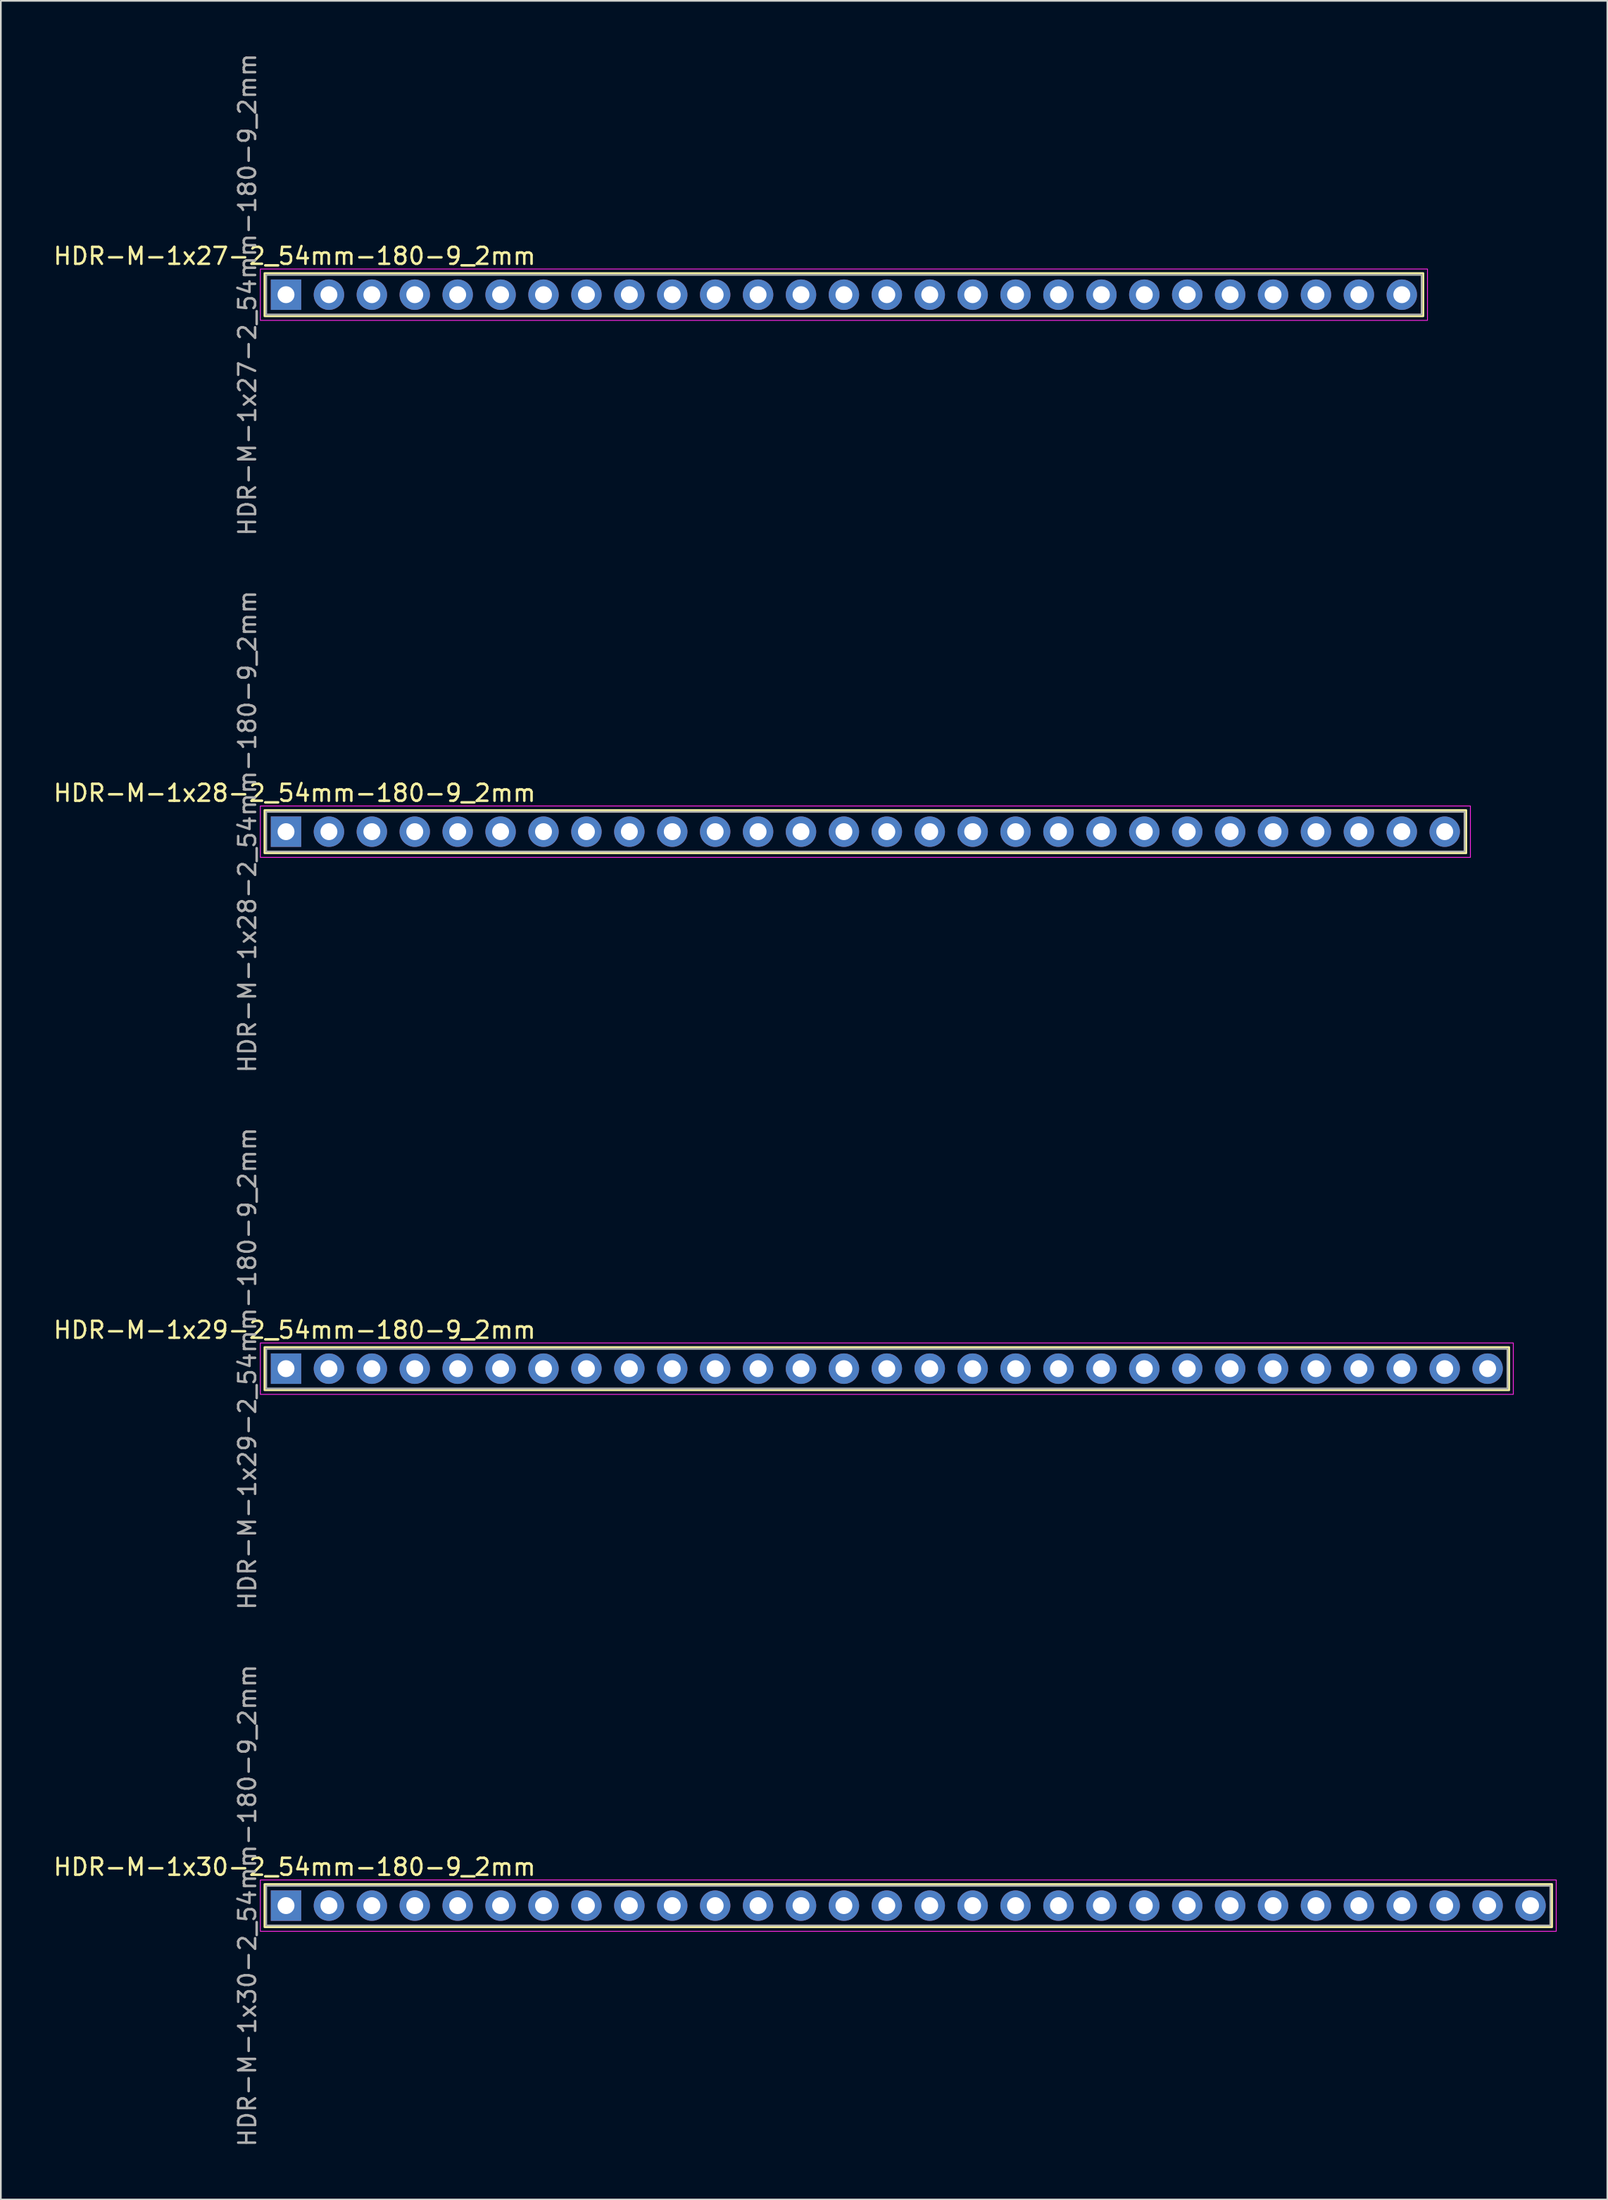
<source format=kicad_pcb>
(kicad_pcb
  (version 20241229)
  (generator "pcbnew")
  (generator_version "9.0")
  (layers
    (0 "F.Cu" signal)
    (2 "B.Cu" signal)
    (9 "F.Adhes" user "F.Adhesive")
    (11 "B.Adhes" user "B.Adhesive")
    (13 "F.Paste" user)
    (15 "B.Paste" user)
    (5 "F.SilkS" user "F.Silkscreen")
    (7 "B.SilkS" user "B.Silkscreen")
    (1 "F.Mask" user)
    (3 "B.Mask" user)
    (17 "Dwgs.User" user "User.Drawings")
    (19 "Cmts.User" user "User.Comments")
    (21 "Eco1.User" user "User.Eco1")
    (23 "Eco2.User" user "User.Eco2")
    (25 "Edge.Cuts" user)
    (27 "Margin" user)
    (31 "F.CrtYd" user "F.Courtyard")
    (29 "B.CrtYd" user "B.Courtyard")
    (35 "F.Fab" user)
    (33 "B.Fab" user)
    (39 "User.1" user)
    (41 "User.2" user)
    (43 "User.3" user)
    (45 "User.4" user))
  (footprint "HDR-M-1x30-2_54mm-180-9_2mm"
    (layer "F.Cu")
    (at 13.879 109.708)
    (property "Reference" "HDR-M-1x30-2_54mm-180-9_2mm" (at 0.508 -2.286 0) (unlocked yes) (layer "F.SilkS") (effects (font (size 1 1) (thickness 0.15))))
    (attr through_hole)
    (fp_rect (start -1.27 -1.27) (end 74.93 1.27) (stroke (width 0.12) (type solid)) (fill no) (layer "F.SilkS"))
    (fp_rect (start -1.52 -1.52) (end 75.18 1.52) (stroke (width 0.05) (type solid)) (fill no) (layer "F.CrtYd"))
    (fp_rect (start -1.17 -1.17) (end 74.83 1.17) (stroke (width 0.1) (type solid)) (fill no) (layer "F.Fab"))
    (fp_text user "${REFERENCE}" (at -2.286 0 90) (unlocked yes) (layer "F.Fab") (effects (font (size 1 1) (thickness 0.15))))
    (pad "1" thru_hole rect (at 0 0) (size 1.8 1.8) (drill 1) (layers "*.Cu" "*.Mask"))
    (pad "2" thru_hole circle (at 2.54 0) (size 1.8 1.8) (drill 1) (layers "*.Cu" "*.Mask"))
    (pad "3" thru_hole circle (at 5.08 0) (size 1.8 1.8) (drill 1) (layers "*.Cu" "*.Mask"))
    (pad "4" thru_hole circle (at 7.62 0) (size 1.8 1.8) (drill 1) (layers "*.Cu" "*.Mask"))
    (pad "5" thru_hole circle (at 10.16 0) (size 1.8 1.8) (drill 1) (layers "*.Cu" "*.Mask"))
    (pad "6" thru_hole circle (at 12.7 0) (size 1.8 1.8) (drill 1) (layers "*.Cu" "*.Mask"))
    (pad "7" thru_hole circle (at 15.24 0) (size 1.8 1.8) (drill 1) (layers "*.Cu" "*.Mask"))
    (pad "8" thru_hole circle (at 17.78 0) (size 1.8 1.8) (drill 1) (layers "*.Cu" "*.Mask"))
    (pad "9" thru_hole circle (at 20.32 0) (size 1.8 1.8) (drill 1) (layers "*.Cu" "*.Mask"))
    (pad "10" thru_hole circle (at 22.86 0) (size 1.8 1.8) (drill 1) (layers "*.Cu" "*.Mask"))
    (pad "11" thru_hole circle (at 25.4 0) (size 1.8 1.8) (drill 1) (layers "*.Cu" "*.Mask"))
    (pad "12" thru_hole circle (at 27.94 0) (size 1.8 1.8) (drill 1) (layers "*.Cu" "*.Mask"))
    (pad "13" thru_hole circle (at 30.48 0) (size 1.8 1.8) (drill 1) (layers "*.Cu" "*.Mask"))
    (pad "14" thru_hole circle (at 33.02 0) (size 1.8 1.8) (drill 1) (layers "*.Cu" "*.Mask"))
    (pad "15" thru_hole circle (at 35.56 0) (size 1.8 1.8) (drill 1) (layers "*.Cu" "*.Mask"))
    (pad "16" thru_hole circle (at 38.1 0) (size 1.8 1.8) (drill 1) (layers "*.Cu" "*.Mask"))
    (pad "17" thru_hole circle (at 40.64 0) (size 1.8 1.8) (drill 1) (layers "*.Cu" "*.Mask"))
    (pad "18" thru_hole circle (at 43.18 0) (size 1.8 1.8) (drill 1) (layers "*.Cu" "*.Mask"))
    (pad "19" thru_hole circle (at 45.72 0) (size 1.8 1.8) (drill 1) (layers "*.Cu" "*.Mask"))
    (pad "20" thru_hole circle (at 48.26 0) (size 1.8 1.8) (drill 1) (layers "*.Cu" "*.Mask"))
    (pad "21" thru_hole circle (at 50.8 0) (size 1.8 1.8) (drill 1) (layers "*.Cu" "*.Mask"))
    (pad "22" thru_hole circle (at 53.34 0) (size 1.8 1.8) (drill 1) (layers "*.Cu" "*.Mask"))
    (pad "23" thru_hole circle (at 55.88 0) (size 1.8 1.8) (drill 1) (layers "*.Cu" "*.Mask"))
    (pad "24" thru_hole circle (at 58.42 0) (size 1.8 1.8) (drill 1) (layers "*.Cu" "*.Mask"))
    (pad "25" thru_hole circle (at 60.96 0) (size 1.8 1.8) (drill 1) (layers "*.Cu" "*.Mask"))
    (pad "26" thru_hole circle (at 63.5 0) (size 1.8 1.8) (drill 1) (layers "*.Cu" "*.Mask"))
    (pad "27" thru_hole circle (at 66.04 0) (size 1.8 1.8) (drill 1) (layers "*.Cu" "*.Mask"))
    (pad "28" thru_hole circle (at 68.58 0) (size 1.8 1.8) (drill 1) (layers "*.Cu" "*.Mask"))
    (pad "29" thru_hole circle (at 71.12 0) (size 1.8 1.8) (drill 1) (layers "*.Cu" "*.Mask"))
    (pad "30" thru_hole circle (at 73.66 0) (size 1.8 1.8) (drill 1) (layers "*.Cu" "*.Mask")))
  (footprint "HDR-M-1x27-2_54mm-180-9_2mm"
    (layer "F.Cu")
    (at 13.879 14.387)
    (property "Reference" "HDR-M-1x27-2_54mm-180-9_2mm" (at 0.508 -2.286 0) (unlocked yes) (layer "F.SilkS") (effects (font (size 1 1) (thickness 0.15))))
    (attr through_hole)
    (fp_rect (start -1.27 -1.27) (end 67.31 1.27) (stroke (width 0.12) (type solid)) (fill no) (layer "F.SilkS"))
    (fp_rect (start -1.52 -1.52) (end 67.56 1.52) (stroke (width 0.05) (type solid)) (fill no) (layer "F.CrtYd"))
    (fp_rect (start -1.17 -1.17) (end 67.21 1.17) (stroke (width 0.1) (type solid)) (fill no) (layer "F.Fab"))
    (fp_text user "${REFERENCE}" (at -2.286 0 90) (unlocked yes) (layer "F.Fab") (effects (font (size 1 1) (thickness 0.15))))
    (pad "1" thru_hole rect (at 0 0) (size 1.8 1.8) (drill 1) (layers "*.Cu" "*.Mask"))
    (pad "2" thru_hole circle (at 2.54 0) (size 1.8 1.8) (drill 1) (layers "*.Cu" "*.Mask"))
    (pad "3" thru_hole circle (at 5.08 0) (size 1.8 1.8) (drill 1) (layers "*.Cu" "*.Mask"))
    (pad "4" thru_hole circle (at 7.62 0) (size 1.8 1.8) (drill 1) (layers "*.Cu" "*.Mask"))
    (pad "5" thru_hole circle (at 10.16 0) (size 1.8 1.8) (drill 1) (layers "*.Cu" "*.Mask"))
    (pad "6" thru_hole circle (at 12.7 0) (size 1.8 1.8) (drill 1) (layers "*.Cu" "*.Mask"))
    (pad "7" thru_hole circle (at 15.24 0) (size 1.8 1.8) (drill 1) (layers "*.Cu" "*.Mask"))
    (pad "8" thru_hole circle (at 17.78 0) (size 1.8 1.8) (drill 1) (layers "*.Cu" "*.Mask"))
    (pad "9" thru_hole circle (at 20.32 0) (size 1.8 1.8) (drill 1) (layers "*.Cu" "*.Mask"))
    (pad "10" thru_hole circle (at 22.86 0) (size 1.8 1.8) (drill 1) (layers "*.Cu" "*.Mask"))
    (pad "11" thru_hole circle (at 25.4 0) (size 1.8 1.8) (drill 1) (layers "*.Cu" "*.Mask"))
    (pad "12" thru_hole circle (at 27.94 0) (size 1.8 1.8) (drill 1) (layers "*.Cu" "*.Mask"))
    (pad "13" thru_hole circle (at 30.48 0) (size 1.8 1.8) (drill 1) (layers "*.Cu" "*.Mask"))
    (pad "14" thru_hole circle (at 33.02 0) (size 1.8 1.8) (drill 1) (layers "*.Cu" "*.Mask"))
    (pad "15" thru_hole circle (at 35.56 0) (size 1.8 1.8) (drill 1) (layers "*.Cu" "*.Mask"))
    (pad "16" thru_hole circle (at 38.1 0) (size 1.8 1.8) (drill 1) (layers "*.Cu" "*.Mask"))
    (pad "17" thru_hole circle (at 40.64 0) (size 1.8 1.8) (drill 1) (layers "*.Cu" "*.Mask"))
    (pad "18" thru_hole circle (at 43.18 0) (size 1.8 1.8) (drill 1) (layers "*.Cu" "*.Mask"))
    (pad "19" thru_hole circle (at 45.72 0) (size 1.8 1.8) (drill 1) (layers "*.Cu" "*.Mask"))
    (pad "20" thru_hole circle (at 48.26 0) (size 1.8 1.8) (drill 1) (layers "*.Cu" "*.Mask"))
    (pad "21" thru_hole circle (at 50.8 0) (size 1.8 1.8) (drill 1) (layers "*.Cu" "*.Mask"))
    (pad "22" thru_hole circle (at 53.34 0) (size 1.8 1.8) (drill 1) (layers "*.Cu" "*.Mask"))
    (pad "23" thru_hole circle (at 55.88 0) (size 1.8 1.8) (drill 1) (layers "*.Cu" "*.Mask"))
    (pad "24" thru_hole circle (at 58.42 0) (size 1.8 1.8) (drill 1) (layers "*.Cu" "*.Mask"))
    (pad "25" thru_hole circle (at 60.96 0) (size 1.8 1.8) (drill 1) (layers "*.Cu" "*.Mask"))
    (pad "26" thru_hole circle (at 63.5 0) (size 1.8 1.8) (drill 1) (layers "*.Cu" "*.Mask"))
    (pad "27" thru_hole circle (at 66.04 0) (size 1.8 1.8) (drill 1) (layers "*.Cu" "*.Mask")))
  (footprint "HDR-M-1x29-2_54mm-180-9_2mm"
    (layer "F.Cu")
    (at 13.879 77.935)
    (property "Reference" "HDR-M-1x29-2_54mm-180-9_2mm" (at 0.508 -2.286 0) (unlocked yes) (layer "F.SilkS") (effects (font (size 1 1) (thickness 0.15))))
    (attr through_hole)
    (fp_rect (start -1.27 -1.27) (end 72.39 1.27) (stroke (width 0.12) (type solid)) (fill no) (layer "F.SilkS"))
    (fp_rect (start -1.52 -1.52) (end 72.64 1.52) (stroke (width 0.05) (type solid)) (fill no) (layer "F.CrtYd"))
    (fp_rect (start -1.17 -1.17) (end 72.29 1.17) (stroke (width 0.1) (type solid)) (fill no) (layer "F.Fab"))
    (fp_text user "${REFERENCE}" (at -2.286 0 90) (unlocked yes) (layer "F.Fab") (effects (font (size 1 1) (thickness 0.15))))
    (pad "1" thru_hole rect (at 0 0) (size 1.8 1.8) (drill 1) (layers "*.Cu" "*.Mask"))
    (pad "2" thru_hole circle (at 2.54 0) (size 1.8 1.8) (drill 1) (layers "*.Cu" "*.Mask"))
    (pad "3" thru_hole circle (at 5.08 0) (size 1.8 1.8) (drill 1) (layers "*.Cu" "*.Mask"))
    (pad "4" thru_hole circle (at 7.62 0) (size 1.8 1.8) (drill 1) (layers "*.Cu" "*.Mask"))
    (pad "5" thru_hole circle (at 10.16 0) (size 1.8 1.8) (drill 1) (layers "*.Cu" "*.Mask"))
    (pad "6" thru_hole circle (at 12.7 0) (size 1.8 1.8) (drill 1) (layers "*.Cu" "*.Mask"))
    (pad "7" thru_hole circle (at 15.24 0) (size 1.8 1.8) (drill 1) (layers "*.Cu" "*.Mask"))
    (pad "8" thru_hole circle (at 17.78 0) (size 1.8 1.8) (drill 1) (layers "*.Cu" "*.Mask"))
    (pad "9" thru_hole circle (at 20.32 0) (size 1.8 1.8) (drill 1) (layers "*.Cu" "*.Mask"))
    (pad "10" thru_hole circle (at 22.86 0) (size 1.8 1.8) (drill 1) (layers "*.Cu" "*.Mask"))
    (pad "11" thru_hole circle (at 25.4 0) (size 1.8 1.8) (drill 1) (layers "*.Cu" "*.Mask"))
    (pad "12" thru_hole circle (at 27.94 0) (size 1.8 1.8) (drill 1) (layers "*.Cu" "*.Mask"))
    (pad "13" thru_hole circle (at 30.48 0) (size 1.8 1.8) (drill 1) (layers "*.Cu" "*.Mask"))
    (pad "14" thru_hole circle (at 33.02 0) (size 1.8 1.8) (drill 1) (layers "*.Cu" "*.Mask"))
    (pad "15" thru_hole circle (at 35.56 0) (size 1.8 1.8) (drill 1) (layers "*.Cu" "*.Mask"))
    (pad "16" thru_hole circle (at 38.1 0) (size 1.8 1.8) (drill 1) (layers "*.Cu" "*.Mask"))
    (pad "17" thru_hole circle (at 40.64 0) (size 1.8 1.8) (drill 1) (layers "*.Cu" "*.Mask"))
    (pad "18" thru_hole circle (at 43.18 0) (size 1.8 1.8) (drill 1) (layers "*.Cu" "*.Mask"))
    (pad "19" thru_hole circle (at 45.72 0) (size 1.8 1.8) (drill 1) (layers "*.Cu" "*.Mask"))
    (pad "20" thru_hole circle (at 48.26 0) (size 1.8 1.8) (drill 1) (layers "*.Cu" "*.Mask"))
    (pad "21" thru_hole circle (at 50.8 0) (size 1.8 1.8) (drill 1) (layers "*.Cu" "*.Mask"))
    (pad "22" thru_hole circle (at 53.34 0) (size 1.8 1.8) (drill 1) (layers "*.Cu" "*.Mask"))
    (pad "23" thru_hole circle (at 55.88 0) (size 1.8 1.8) (drill 1) (layers "*.Cu" "*.Mask"))
    (pad "24" thru_hole circle (at 58.42 0) (size 1.8 1.8) (drill 1) (layers "*.Cu" "*.Mask"))
    (pad "25" thru_hole circle (at 60.96 0) (size 1.8 1.8) (drill 1) (layers "*.Cu" "*.Mask"))
    (pad "26" thru_hole circle (at 63.5 0) (size 1.8 1.8) (drill 1) (layers "*.Cu" "*.Mask"))
    (pad "27" thru_hole circle (at 66.04 0) (size 1.8 1.8) (drill 1) (layers "*.Cu" "*.Mask"))
    (pad "28" thru_hole circle (at 68.58 0) (size 1.8 1.8) (drill 1) (layers "*.Cu" "*.Mask"))
    (pad "29" thru_hole circle (at 71.12 0) (size 1.8 1.8) (drill 1) (layers "*.Cu" "*.Mask")))
  (footprint "HDR-M-1x28-2_54mm-180-9_2mm"
    (layer "F.Cu")
    (at 13.879 46.161)
    (property "Reference" "HDR-M-1x28-2_54mm-180-9_2mm" (at 0.508 -2.286 0) (unlocked yes) (layer "F.SilkS") (effects (font (size 1 1) (thickness 0.15))))
    (attr through_hole)
    (fp_rect (start -1.27 -1.27) (end 69.85 1.27) (stroke (width 0.12) (type solid)) (fill no) (layer "F.SilkS"))
    (fp_rect (start -1.52 -1.52) (end 70.1 1.52) (stroke (width 0.05) (type solid)) (fill no) (layer "F.CrtYd"))
    (fp_rect (start -1.17 -1.17) (end 69.75 1.17) (stroke (width 0.1) (type solid)) (fill no) (layer "F.Fab"))
    (fp_text user "${REFERENCE}" (at -2.286 0 90) (unlocked yes) (layer "F.Fab") (effects (font (size 1 1) (thickness 0.15))))
    (pad "1" thru_hole rect (at 0 0) (size 1.8 1.8) (drill 1) (layers "*.Cu" "*.Mask"))
    (pad "2" thru_hole circle (at 2.54 0) (size 1.8 1.8) (drill 1) (layers "*.Cu" "*.Mask"))
    (pad "3" thru_hole circle (at 5.08 0) (size 1.8 1.8) (drill 1) (layers "*.Cu" "*.Mask"))
    (pad "4" thru_hole circle (at 7.62 0) (size 1.8 1.8) (drill 1) (layers "*.Cu" "*.Mask"))
    (pad "5" thru_hole circle (at 10.16 0) (size 1.8 1.8) (drill 1) (layers "*.Cu" "*.Mask"))
    (pad "6" thru_hole circle (at 12.7 0) (size 1.8 1.8) (drill 1) (layers "*.Cu" "*.Mask"))
    (pad "7" thru_hole circle (at 15.24 0) (size 1.8 1.8) (drill 1) (layers "*.Cu" "*.Mask"))
    (pad "8" thru_hole circle (at 17.78 0) (size 1.8 1.8) (drill 1) (layers "*.Cu" "*.Mask"))
    (pad "9" thru_hole circle (at 20.32 0) (size 1.8 1.8) (drill 1) (layers "*.Cu" "*.Mask"))
    (pad "10" thru_hole circle (at 22.86 0) (size 1.8 1.8) (drill 1) (layers "*.Cu" "*.Mask"))
    (pad "11" thru_hole circle (at 25.4 0) (size 1.8 1.8) (drill 1) (layers "*.Cu" "*.Mask"))
    (pad "12" thru_hole circle (at 27.94 0) (size 1.8 1.8) (drill 1) (layers "*.Cu" "*.Mask"))
    (pad "13" thru_hole circle (at 30.48 0) (size 1.8 1.8) (drill 1) (layers "*.Cu" "*.Mask"))
    (pad "14" thru_hole circle (at 33.02 0) (size 1.8 1.8) (drill 1) (layers "*.Cu" "*.Mask"))
    (pad "15" thru_hole circle (at 35.56 0) (size 1.8 1.8) (drill 1) (layers "*.Cu" "*.Mask"))
    (pad "16" thru_hole circle (at 38.1 0) (size 1.8 1.8) (drill 1) (layers "*.Cu" "*.Mask"))
    (pad "17" thru_hole circle (at 40.64 0) (size 1.8 1.8) (drill 1) (layers "*.Cu" "*.Mask"))
    (pad "18" thru_hole circle (at 43.18 0) (size 1.8 1.8) (drill 1) (layers "*.Cu" "*.Mask"))
    (pad "19" thru_hole circle (at 45.72 0) (size 1.8 1.8) (drill 1) (layers "*.Cu" "*.Mask"))
    (pad "20" thru_hole circle (at 48.26 0) (size 1.8 1.8) (drill 1) (layers "*.Cu" "*.Mask"))
    (pad "21" thru_hole circle (at 50.8 0) (size 1.8 1.8) (drill 1) (layers "*.Cu" "*.Mask"))
    (pad "22" thru_hole circle (at 53.34 0) (size 1.8 1.8) (drill 1) (layers "*.Cu" "*.Mask"))
    (pad "23" thru_hole circle (at 55.88 0) (size 1.8 1.8) (drill 1) (layers "*.Cu" "*.Mask"))
    (pad "24" thru_hole circle (at 58.42 0) (size 1.8 1.8) (drill 1) (layers "*.Cu" "*.Mask"))
    (pad "25" thru_hole circle (at 60.96 0) (size 1.8 1.8) (drill 1) (layers "*.Cu" "*.Mask"))
    (pad "26" thru_hole circle (at 63.5 0) (size 1.8 1.8) (drill 1) (layers "*.Cu" "*.Mask"))
    (pad "27" thru_hole circle (at 66.04 0) (size 1.8 1.8) (drill 1) (layers "*.Cu" "*.Mask"))
    (pad "28" thru_hole circle (at 68.58 0) (size 1.8 1.8) (drill 1) (layers "*.Cu" "*.Mask")))
  (gr_rect
    (start -3 -3)
    (end 92.084 127.095)
    (stroke (width 0.1) (type default))
    (fill no)
    (layer "Edge.Cuts")))
</source>
